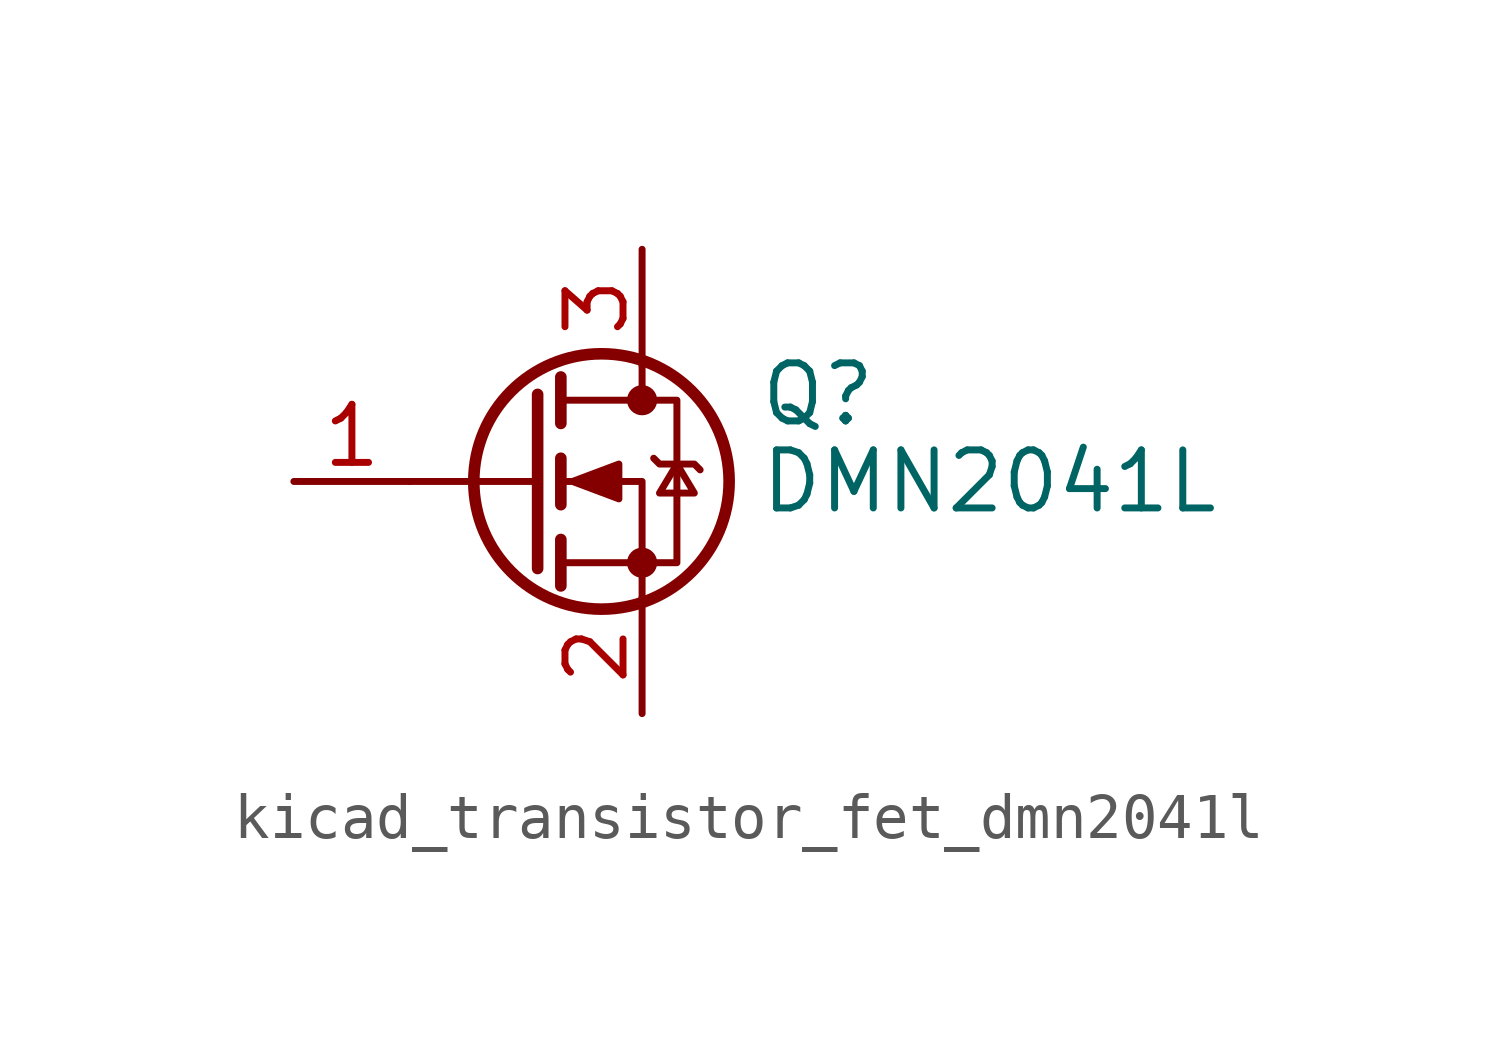
<source format=kicad_sym>
(kicad_symbol_lib
  (version 20220914)
  (generator kicad_symbol_editor)
  (symbol "kicad_transistor_fet_dmn2041l"
    (pin_names hide)
    (property "Reference" "Q"
      (at 5.08 1.905 0)
      (effects (font (size 1.27 1.27)) (justify left)))
    (property "Value" "DMN2041L"
      (at 5.08 0 0)
      (effects (font (size 1.27 1.27)) (justify left)))
    (symbol "kicad_transistor_fet_dmn2041l_0_1"
      (polyline (pts (xy 0.254 0) (xy -2.54 0)) (stroke (width 0) (type default)) (fill (type none)))
      (polyline (pts (xy 0.254 1.905) (xy 0.254 -1.905)) (stroke (width 0.254) (type default)) (fill (type none)))
      (polyline (pts (xy 0.762 -1.27) (xy 0.762 -2.286)) (stroke (width 0.254) (type default)) (fill (type none)))
      (polyline (pts (xy 0.762 0.508) (xy 0.762 -0.508)) (stroke (width 0.254) (type default)) (fill (type none)))
      (polyline (pts (xy 0.762 2.286) (xy 0.762 1.27)) (stroke (width 0.254) (type default)) (fill (type none)))
      (polyline (pts (xy 2.54 2.54) (xy 2.54 1.778)) (stroke (width 0) (type default)) (fill (type none)))
      (polyline (pts (xy 2.54 -2.54) (xy 2.54 0) (xy 0.762 0)) (stroke (width 0) (type default)) (fill (type none)))
      (polyline (pts (xy 0.762 -1.778) (xy 3.302 -1.778) (xy 3.302 1.778) (xy 0.762 1.778)) (stroke (width 0) (type default)) (fill (type none)))
      (polyline (pts (xy 1.016 0) (xy 2.032 0.381) (xy 2.032 -0.381) (xy 1.016 0)) (stroke (width 0) (type default)) (fill (type outline)))
      (polyline (pts (xy 2.794 0.508) (xy 2.921 0.381) (xy 3.683 0.381) (xy 3.81 0.254)) (stroke (width 0) (type default)) (fill (type none)))
      (polyline (pts (xy 3.302 0.381) (xy 2.921 -0.254) (xy 3.683 -0.254) (xy 3.302 0.381)) (stroke (width 0) (type default)) (fill (type none)))
      (circle (center 1.651 0) (radius 2.794) (stroke (width 0.254) (type default)) (fill (type none)))
      (circle (center 2.54 -1.778) (radius 0.254) (stroke (width 0) (type default)) (fill (type outline)))
      (circle (center 2.54 1.778) (radius 0.254) (stroke (width 0) (type default)) (fill (type outline))))
    (symbol "kicad_transistor_fet_dmn2041l_1_1"
      (pin input line (at -5.08 0 0) (length 2.54) (name "G" (effects (font (size 1.27 1.27)))) (number "1" (effects (font (size 1.27 1.27)))))
      (pin passive line (at 2.54 -5.08 90) (length 2.54) (name "S" (effects (font (size 1.27 1.27)))) (number "2" (effects (font (size 1.27 1.27)))))
      (pin passive line (at 2.54 5.08 270) (length 2.54) (name "D" (effects (font (size 1.27 1.27)))) (number "3" (effects (font (size 1.27 1.27))))))))
</source>
